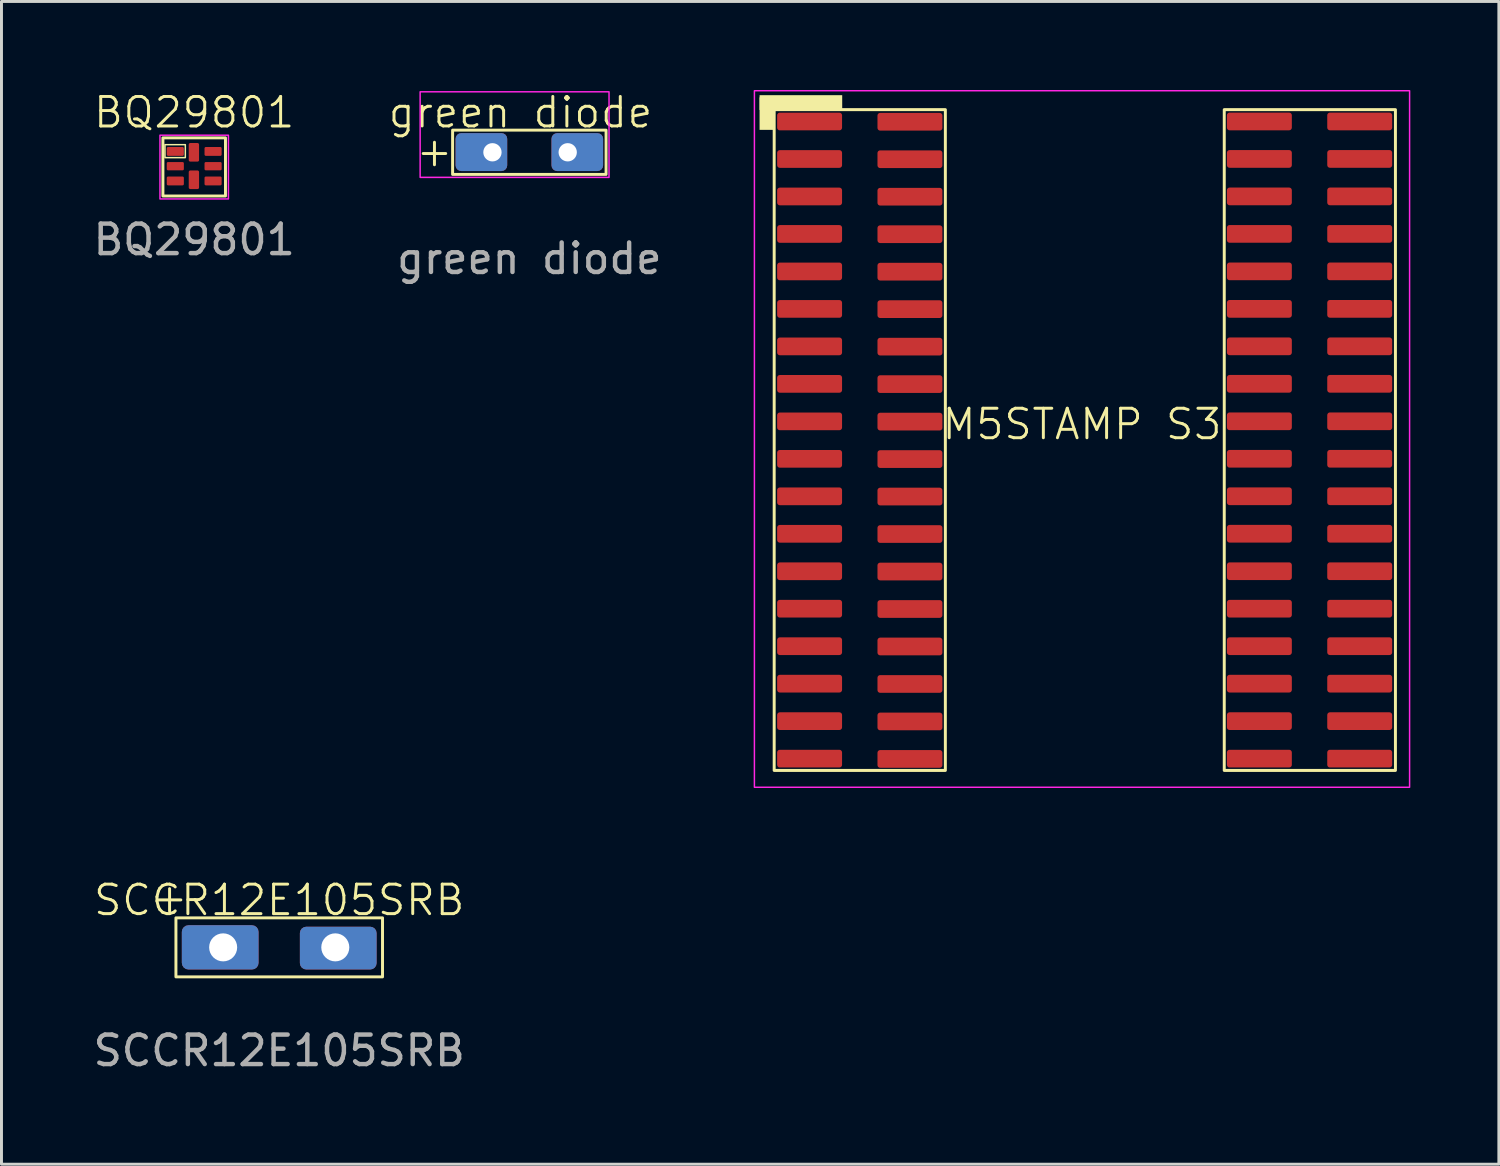
<source format=kicad_pcb>
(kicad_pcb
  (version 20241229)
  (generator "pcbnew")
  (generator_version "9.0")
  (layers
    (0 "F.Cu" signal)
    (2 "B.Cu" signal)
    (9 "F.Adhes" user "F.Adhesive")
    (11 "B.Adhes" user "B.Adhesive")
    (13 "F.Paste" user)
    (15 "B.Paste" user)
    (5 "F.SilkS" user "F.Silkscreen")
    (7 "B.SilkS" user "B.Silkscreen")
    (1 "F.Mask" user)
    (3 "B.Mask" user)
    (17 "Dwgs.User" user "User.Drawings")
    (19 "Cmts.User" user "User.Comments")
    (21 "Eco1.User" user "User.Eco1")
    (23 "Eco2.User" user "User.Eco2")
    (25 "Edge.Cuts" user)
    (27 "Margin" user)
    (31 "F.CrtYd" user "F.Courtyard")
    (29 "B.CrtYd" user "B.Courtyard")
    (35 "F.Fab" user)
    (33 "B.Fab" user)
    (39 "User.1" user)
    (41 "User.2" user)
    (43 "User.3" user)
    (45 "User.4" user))
  (footprint "BQ29801"
    (layer "F.Cu")
    (at 3.53 2.571)
    (property "Reference" "BQ29801" (at 0 -1.81 0) (unlocked yes) (layer "F.SilkS") (effects (font (size 1 1) (thickness 0.1))))
    (attr smd)
    (fp_rect (start -1.06 1.02) (end 1.06 -0.95) (stroke (width 0.1) (type default)) (fill no) (layer "F.SilkS"))
    (fp_rect (start -0.99 -0.72) (end -0.3 -0.28) (stroke (width 0.05) (type solid)) (fill no) (layer "F.SilkS"))
    (fp_rect (start -1.16 1.12) (end 1.16 -1.04) (stroke (width 0.05) (type default)) (fill no) (layer "F.CrtYd"))
    (fp_text user "${REFERENCE}" (at 0 2.5 0) (unlocked yes) (layer "F.Fab") (effects (font (size 1 1) (thickness 0.15))))
    (pad "1" smd roundrect (at -0.64 -0.49 270) (size 0.3 0.58) (layers "F.Cu" "F.Mask" "F.Paste") (roundrect_rratio 0.15))
    (pad "2" smd roundrect (at -0.64 0.01 270) (size 0.28 0.58) (layers "F.Cu" "F.Mask" "F.Paste") (roundrect_rratio 0.15))
    (pad "3" smd roundrect (at -0.64 0.51 270) (size 0.3 0.58) (layers "F.Cu" "F.Mask" "F.Paste") (roundrect_rratio 0.15))
    (pad "4" smd roundrect (at -0.01 0.47 270) (size 0.63 0.35) (layers "F.Cu" "F.Mask" "F.Paste") (roundrect_rratio 0.15))
    (pad "5" smd roundrect (at 0.64 0.51 270) (size 0.3 0.58) (layers "F.Cu" "F.Mask" "F.Paste") (roundrect_rratio 0.15))
    (pad "6" smd roundrect (at 0.64 0.01 270) (size 0.28 0.58) (layers "F.Cu" "F.Mask" "F.Paste") (roundrect_rratio 0.15))
    (pad "7" smd roundrect (at 0.64 -0.49 270) (size 0.3 0.58) (layers "F.Cu" "F.Mask" "F.Paste") (roundrect_rratio 0.15))
    (pad "8" smd roundrect (at -0.01 -0.46 270) (size 0.63 0.35) (layers "F.Cu" "F.Mask" "F.Paste") (roundrect_rratio 0.15)))
  (footprint "green diode"
    (layer "F.Cu")
    (at 14.886 1.76)
    (property "Reference" "green diode" (at -0.3 -1 0) (unlocked yes) (layer "F.SilkS") (effects (font (size 1 1) (thickness 0.1))))
    (attr smd)
    (fp_rect (start -2.6 -0.4) (end 2.6 1.1) (stroke (width 0.1) (type default)) (fill no) (layer "F.SilkS"))
    (fp_rect (start -3.7 -1.7) (end 2.7 1.2) (stroke (width 0.05) (type default)) (fill no) (layer "F.CrtYd"))
    (fp_text user "+" (at -3.9 0.9 0) (unlocked yes) (layer "F.SilkS") (effects (font (size 1 1) (thickness 0.1)) (justify left bottom)))
    (fp_text user "${REFERENCE}" (at 0 3.95 0) (unlocked yes) (layer "F.Fab") (effects (font (size 1 1) (thickness 0.15))))
    (pad "1" thru_hole roundrect (at 1.3 0.35) (size 1.75 1.285) (drill 0.62 (offset 0.325 -0.007)) (layers "*.Cu" "*.Mask") (roundrect_rratio 0.15))
    (pad "2" thru_hole roundrect (at -1.25 0.35) (size 1.75 1.285) (drill 0.62 (offset -0.375 -0.007)) (layers "*.Cu" "*.Mask") (roundrect_rratio 0.15)))
  (footprint "SCCR12E105SRB"
    (layer "F.Cu")
    (at 6.411 29.05)
    (property "Reference" "SCCR12E105SRB" (at 0 -1.6 0) (unlocked yes) (layer "F.SilkS") (effects (font (size 1 1) (thickness 0.1))))
    (attr smd)
    (fp_rect (start -3.5 -1) (end 3.5 1) (stroke (width 0.1) (type default)) (fill no) (layer "F.SilkS"))
    (fp_text user "+" (at -4.4 -1.1 0) (unlocked yes) (layer "F.SilkS") (effects (font (size 1 1) (thickness 0.1)) (justify left bottom)))
    (fp_text user "${REFERENCE}" (at 0 3.5 0) (unlocked yes) (layer "F.Fab") (effects (font (size 1 1) (thickness 0.15))))
    (pad "1" thru_hole roundrect (at -1.9 0) (size 2.6 1.5) (drill 0.95 (offset -0.1 0)) (layers "*.Cu" "*.Mask") (roundrect_rratio 0.15))
    (pad "2" thru_hole roundrect (at 1.9 0) (size 2.6 1.45) (drill 0.95 (offset 0.1 0.025)) (layers "*.Cu" "*.Mask") (roundrect_rratio 0.15)))
  (footprint "M5STAMP S3"
    (layer "F.Cu")
    (at 33.612 11.825)
    (property "Reference" "M5STAMP S3" (at 0 -0.5 0) (unlocked yes) (layer "F.SilkS") (effects (font (size 1 1) (thickness 0.1))))
    (attr smd)
    (fp_rect (start -10.925 -11.65) (end -8.125 -11.15) (stroke (width 0) (type solid)) (fill yes) (layer "F.SilkS"))
    (fp_rect (start -10.925 -11.575) (end -10.425 -10.475) (stroke (width 0) (type solid)) (fill yes) (layer "F.SilkS"))
    (fp_rect (start -10.43 -11.16) (end -4.63 11.23) (stroke (width 0.1) (type solid)) (fill no) (layer "F.SilkS"))
    (fp_rect (start 4.82 -11.16) (end 10.62 11.23) (stroke (width 0.1) (type solid)) (fill no) (layer "F.SilkS"))
    (fp_rect (start -11.1 -11.8) (end 11.1 11.8) (stroke (width 0.05) (type solid)) (fill no) (layer "F.CrtYd"))
    (pad "" smd roundrect (at -9.23 10.83) (size 2.2 0.6) (layers "F.Cu" "F.Mask" "F.Paste") (roundrect_rratio 0.15))
    (pad "" smd roundrect (at -5.83 -10.75) (size 2.2 0.6) (layers "F.Cu" "F.Mask" "F.Paste") (roundrect_rratio 0.15))
    (pad "" smd roundrect (at -5.83 -9.48) (size 2.2 0.6) (layers "F.Cu" "F.Mask" "F.Paste") (roundrect_rratio 0.15))
    (pad "" smd roundrect (at -5.83 -8.21) (size 2.2 0.6) (layers "F.Cu" "F.Mask" "F.Paste") (roundrect_rratio 0.15))
    (pad "" smd roundrect (at -5.83 -6.94) (size 2.2 0.6) (layers "F.Cu" "F.Mask" "F.Paste") (roundrect_rratio 0.15))
    (pad "" smd roundrect (at -5.83 -5.67) (size 2.2 0.6) (layers "F.Cu" "F.Mask" "F.Paste") (roundrect_rratio 0.15))
    (pad "" smd roundrect (at -5.83 -4.4) (size 2.2 0.6) (layers "F.Cu" "F.Mask" "F.Paste") (roundrect_rratio 0.15))
    (pad "" smd roundrect (at -5.83 -3.13) (size 2.2 0.6) (layers "F.Cu" "F.Mask" "F.Paste") (roundrect_rratio 0.15))
    (pad "" smd roundrect (at -5.83 -1.86) (size 2.2 0.6) (layers "F.Cu" "F.Mask" "F.Paste") (roundrect_rratio 0.15))
    (pad "" smd roundrect (at -5.83 -0.59) (size 2.2 0.6) (layers "F.Cu" "F.Mask" "F.Paste") (roundrect_rratio 0.15))
    (pad "" smd roundrect (at -5.83 0.68) (size 2.2 0.6) (layers "F.Cu" "F.Mask" "F.Paste") (roundrect_rratio 0.15))
    (pad "" smd roundrect (at -5.83 1.95) (size 2.2 0.6) (layers "F.Cu" "F.Mask" "F.Paste") (roundrect_rratio 0.15))
    (pad "" smd roundrect (at -5.83 3.22) (size 2.2 0.6) (layers "F.Cu" "F.Mask" "F.Paste") (roundrect_rratio 0.15))
    (pad "" smd roundrect (at -5.83 4.49) (size 2.2 0.6) (layers "F.Cu" "F.Mask" "F.Paste") (roundrect_rratio 0.15))
    (pad "" smd roundrect (at -5.83 5.76) (size 2.2 0.6) (layers "F.Cu" "F.Mask" "F.Paste") (roundrect_rratio 0.15))
    (pad "" smd roundrect (at -5.83 7.03) (size 2.2 0.6) (layers "F.Cu" "F.Mask" "F.Paste") (roundrect_rratio 0.15))
    (pad "" smd roundrect (at -5.83 8.3) (size 2.2 0.6) (layers "F.Cu" "F.Mask" "F.Paste") (roundrect_rratio 0.15))
    (pad "" smd roundrect (at -5.83 9.57) (size 2.2 0.6) (layers "F.Cu" "F.Mask" "F.Paste") (roundrect_rratio 0.15))
    (pad "" smd roundrect (at -5.83 10.84) (size 2.2 0.6) (layers "F.Cu" "F.Mask" "F.Paste") (roundrect_rratio 0.15))
    (pad "" smd roundrect (at 6.01 -10.76) (size 2.2 0.6) (layers "F.Cu" "F.Mask" "F.Paste") (roundrect_rratio 0.15))
    (pad "" smd roundrect (at 6.01 -9.49) (size 2.2 0.6) (layers "F.Cu" "F.Mask" "F.Paste") (roundrect_rratio 0.15))
    (pad "" smd roundrect (at 6.01 -8.22) (size 2.2 0.6) (layers "F.Cu" "F.Mask" "F.Paste") (roundrect_rratio 0.15))
    (pad "" smd roundrect (at 6.01 -6.95) (size 2.2 0.6) (layers "F.Cu" "F.Mask" "F.Paste") (roundrect_rratio 0.15))
    (pad "" smd roundrect (at 6.01 -5.68) (size 2.2 0.6) (layers "F.Cu" "F.Mask" "F.Paste") (roundrect_rratio 0.15))
    (pad "" smd roundrect (at 6.01 -4.41) (size 2.2 0.6) (layers "F.Cu" "F.Mask" "F.Paste") (roundrect_rratio 0.15))
    (pad "" smd roundrect (at 6.01 -3.14) (size 2.2 0.6) (layers "F.Cu" "F.Mask" "F.Paste") (roundrect_rratio 0.15))
    (pad "" smd roundrect (at 6.01 -1.87) (size 2.2 0.6) (layers "F.Cu" "F.Mask" "F.Paste") (roundrect_rratio 0.15))
    (pad "" smd roundrect (at 6.01 -0.6) (size 2.2 0.6) (layers "F.Cu" "F.Mask" "F.Paste") (roundrect_rratio 0.15))
    (pad "" smd roundrect (at 6.01 0.67) (size 2.2 0.6) (layers "F.Cu" "F.Mask" "F.Paste") (roundrect_rratio 0.15))
    (pad "" smd roundrect (at 6.01 1.94) (size 2.2 0.6) (layers "F.Cu" "F.Mask" "F.Paste") (roundrect_rratio 0.15))
    (pad "" smd roundrect (at 6.01 3.21) (size 2.2 0.6) (layers "F.Cu" "F.Mask" "F.Paste") (roundrect_rratio 0.15))
    (pad "" smd roundrect (at 6.01 4.48) (size 2.2 0.6) (layers "F.Cu" "F.Mask" "F.Paste") (roundrect_rratio 0.15))
    (pad "" smd roundrect (at 6.01 5.75) (size 2.2 0.6) (layers "F.Cu" "F.Mask" "F.Paste") (roundrect_rratio 0.15))
    (pad "" smd roundrect (at 6.01 7.02) (size 2.2 0.6) (layers "F.Cu" "F.Mask" "F.Paste") (roundrect_rratio 0.15))
    (pad "" smd roundrect (at 6.01 8.29) (size 2.2 0.6) (layers "F.Cu" "F.Mask" "F.Paste") (roundrect_rratio 0.15))
    (pad "" smd roundrect (at 6.01 9.56) (size 2.2 0.6) (layers "F.Cu" "F.Mask" "F.Paste") (roundrect_rratio 0.15))
    (pad "" smd roundrect (at 6.01 10.83) (size 2.2 0.6) (layers "F.Cu" "F.Mask" "F.Paste") (roundrect_rratio 0.15))
    (pad "" smd roundrect (at 9.41 -10.76) (size 2.2 0.6) (layers "F.Cu" "F.Mask" "F.Paste") (roundrect_rratio 0.15))
    (pad "" smd roundrect (at 9.41 -9.49) (size 2.2 0.6) (layers "F.Cu" "F.Mask" "F.Paste") (roundrect_rratio 0.15))
    (pad "" smd roundrect (at 9.41 -8.22) (size 2.2 0.6) (layers "F.Cu" "F.Mask" "F.Paste") (roundrect_rratio 0.15))
    (pad "" smd roundrect (at 9.41 -6.95) (size 2.2 0.6) (layers "F.Cu" "F.Mask" "F.Paste") (roundrect_rratio 0.15))
    (pad "" smd roundrect (at 9.41 -5.68) (size 2.2 0.6) (layers "F.Cu" "F.Mask" "F.Paste") (roundrect_rratio 0.15))
    (pad "" smd roundrect (at 9.41 -4.41) (size 2.2 0.6) (layers "F.Cu" "F.Mask" "F.Paste") (roundrect_rratio 0.15))
    (pad "" smd roundrect (at 9.41 10.83) (size 2.2 0.6) (layers "F.Cu" "F.Mask" "F.Paste") (roundrect_rratio 0.15))
    (pad "1" smd roundrect (at -9.23 -10.758) (size 2.2 0.6) (layers "F.Cu" "F.Mask" "F.Paste") (roundrect_rratio 0.15))
    (pad "2" smd roundrect (at -9.23 -9.488) (size 2.2 0.6) (layers "F.Cu" "F.Mask" "F.Paste") (roundrect_rratio 0.15))
    (pad "3" smd roundrect (at -9.23 -8.218) (size 2.2 0.6) (layers "F.Cu" "F.Mask" "F.Paste") (roundrect_rratio 0.15))
    (pad "4" smd roundrect (at -9.23 -6.948) (size 2.2 0.6) (layers "F.Cu" "F.Mask" "F.Paste") (roundrect_rratio 0.15))
    (pad "5" smd roundrect (at -9.23 -5.678) (size 2.2 0.6) (layers "F.Cu" "F.Mask" "F.Paste") (roundrect_rratio 0.15))
    (pad "6" smd roundrect (at -9.23 -4.408) (size 2.2 0.6) (layers "F.Cu" "F.Mask" "F.Paste") (roundrect_rratio 0.15))
    (pad "7" smd roundrect (at -9.23 -3.138) (size 2.2 0.6) (layers "F.Cu" "F.Mask" "F.Paste") (roundrect_rratio 0.15))
    (pad "8" smd roundrect (at -9.23 -1.868) (size 2.2 0.6) (layers "F.Cu" "F.Mask" "F.Paste") (roundrect_rratio 0.15))
    (pad "9" smd roundrect (at -9.23 -0.598) (size 2.2 0.6) (layers "F.Cu" "F.Mask" "F.Paste") (roundrect_rratio 0.15))
    (pad "10" smd roundrect (at -9.23 0.672) (size 2.2 0.6) (layers "F.Cu" "F.Mask" "F.Paste") (roundrect_rratio 0.15))
    (pad "11" smd roundrect (at -9.23 1.942) (size 2.2 0.6) (layers "F.Cu" "F.Mask" "F.Paste") (roundrect_rratio 0.15))
    (pad "12" smd roundrect (at -9.23 3.212) (size 2.2 0.6) (layers "F.Cu" "F.Mask" "F.Paste") (roundrect_rratio 0.15))
    (pad "13" smd roundrect (at -9.23 4.482) (size 2.2 0.6) (layers "F.Cu" "F.Mask" "F.Paste") (roundrect_rratio 0.15))
    (pad "14" smd roundrect (at -9.23 5.75) (size 2.2 0.6) (layers "F.Cu" "F.Mask" "F.Paste") (roundrect_rratio 0.15))
    (pad "15" smd roundrect (at -9.23 7.02) (size 2.2 0.6) (layers "F.Cu" "F.Mask" "F.Paste") (roundrect_rratio 0.15))
    (pad "16" smd roundrect (at -9.23 8.29) (size 2.2 0.6) (layers "F.Cu" "F.Mask" "F.Paste") (roundrect_rratio 0.15))
    (pad "17" smd roundrect (at -9.23 9.56) (size 2.2 0.6) (layers "F.Cu" "F.Mask" "F.Paste") (roundrect_rratio 0.15))
    (pad "18" smd roundrect (at 9.41 9.56) (size 2.2 0.6) (layers "F.Cu" "F.Mask" "F.Paste") (roundrect_rratio 0.15))
    (pad "19" smd roundrect (at 9.41 8.29) (size 2.2 0.6) (layers "F.Cu" "F.Mask" "F.Paste") (roundrect_rratio 0.15))
    (pad "20" smd roundrect (at 9.41 7.02) (size 2.2 0.6) (layers "F.Cu" "F.Mask" "F.Paste") (roundrect_rratio 0.15))
    (pad "21" smd roundrect (at 9.41 5.75) (size 2.2 0.6) (layers "F.Cu" "F.Mask" "F.Paste") (roundrect_rratio 0.15))
    (pad "22" smd roundrect (at 9.41 4.48) (size 2.2 0.6) (layers "F.Cu" "F.Mask" "F.Paste") (roundrect_rratio 0.15))
    (pad "23" smd roundrect (at 9.41 3.21) (size 2.2 0.6) (layers "F.Cu" "F.Mask" "F.Paste") (roundrect_rratio 0.15))
    (pad "24" smd roundrect (at 9.41 1.94) (size 2.2 0.6) (layers "F.Cu" "F.Mask" "F.Paste") (roundrect_rratio 0.15))
    (pad "25" smd roundrect (at 9.41 0.67) (size 2.2 0.6) (layers "F.Cu" "F.Mask" "F.Paste") (roundrect_rratio 0.15))
    (pad "26" smd roundrect (at 9.41 -0.6) (size 2.2 0.6) (layers "F.Cu" "F.Mask" "F.Paste") (roundrect_rratio 0.15))
    (pad "27" smd roundrect (at 9.41 -1.87) (size 2.2 0.6) (layers "F.Cu" "F.Mask" "F.Paste") (roundrect_rratio 0.15))
    (pad "28" smd roundrect (at 9.41 -3.14) (size 2.2 0.6) (layers "F.Cu" "F.Mask" "F.Paste") (roundrect_rratio 0.15)))
  (gr_rect
    (start -3 -3)
    (end 47.737 36.398)
    (stroke (width 0.1) (type default))
    (fill no)
    (layer "Edge.Cuts")))
</source>
